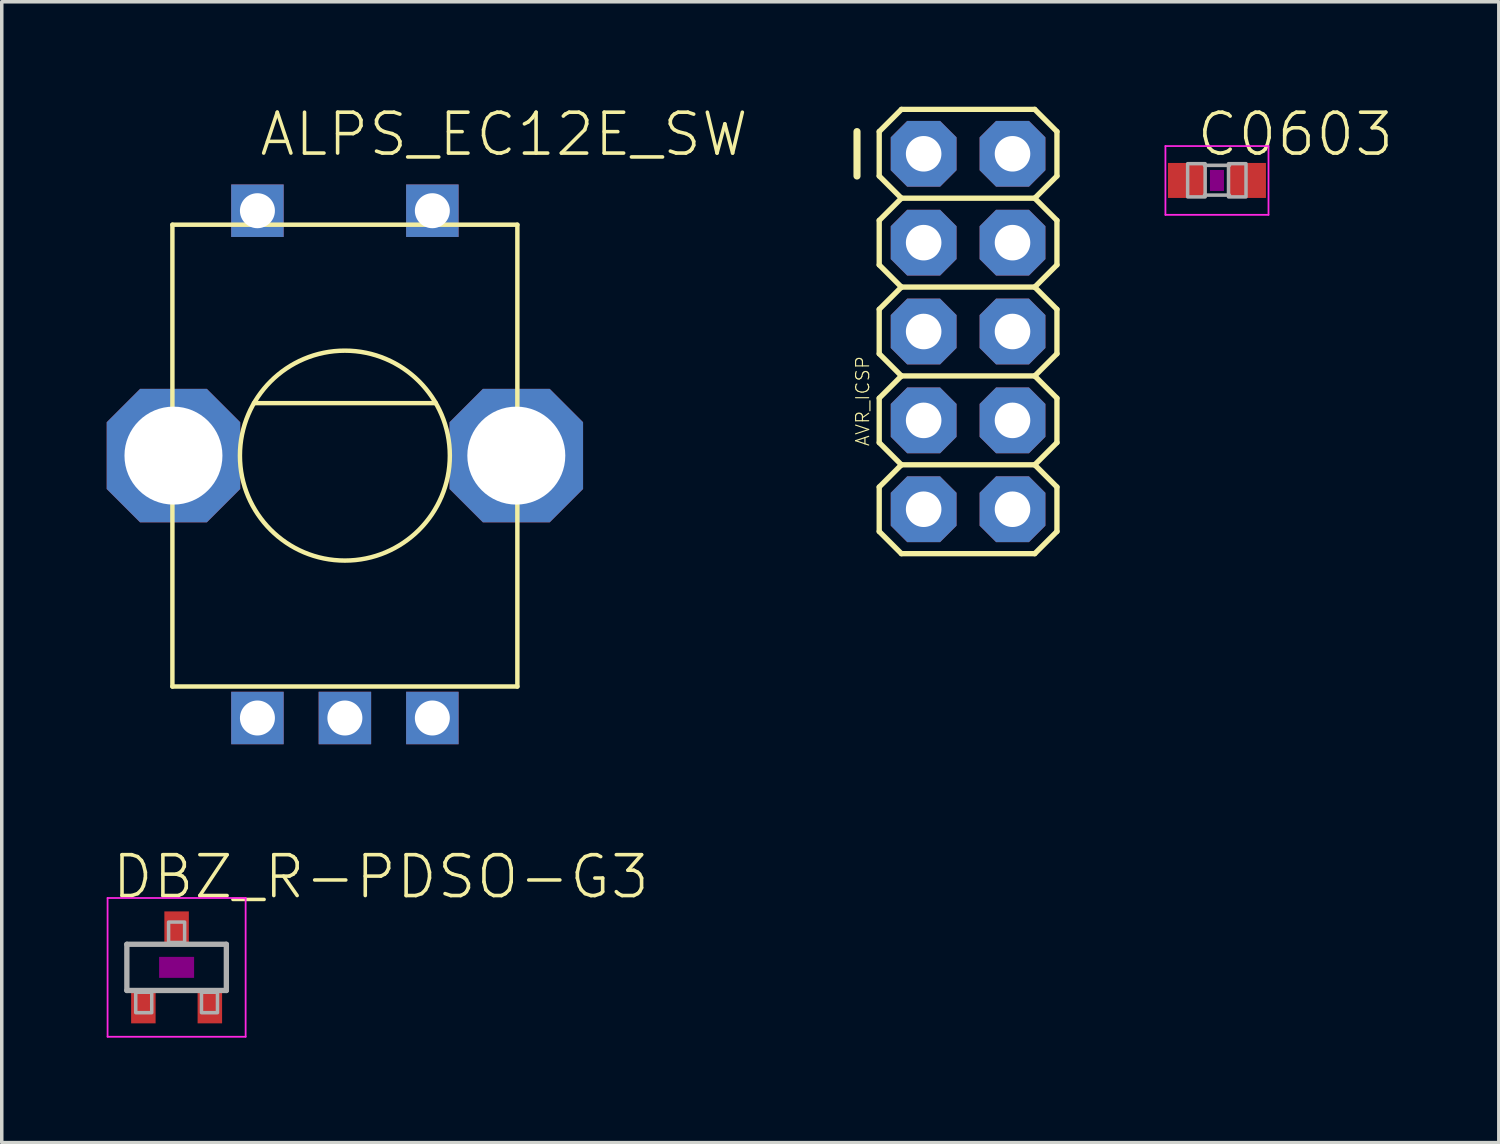
<source format=kicad_pcb>
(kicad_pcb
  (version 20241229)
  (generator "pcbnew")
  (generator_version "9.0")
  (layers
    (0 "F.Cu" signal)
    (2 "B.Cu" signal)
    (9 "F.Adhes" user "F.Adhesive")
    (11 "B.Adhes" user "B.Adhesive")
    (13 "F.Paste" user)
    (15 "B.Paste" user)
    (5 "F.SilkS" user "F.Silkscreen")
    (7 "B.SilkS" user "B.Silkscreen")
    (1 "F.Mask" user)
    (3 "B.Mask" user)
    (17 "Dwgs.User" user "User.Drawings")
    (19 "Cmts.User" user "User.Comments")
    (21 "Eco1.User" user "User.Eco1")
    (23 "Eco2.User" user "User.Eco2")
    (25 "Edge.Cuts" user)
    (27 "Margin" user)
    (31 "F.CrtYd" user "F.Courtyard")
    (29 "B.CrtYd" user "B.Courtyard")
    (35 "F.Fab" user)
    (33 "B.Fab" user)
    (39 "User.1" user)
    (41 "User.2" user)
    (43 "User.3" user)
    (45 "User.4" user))
  (footprint "ALPS_EC12E_SW"
    (layer "F.Cu")
    (at 6.808 9.973)
    (property "Reference" "ALPS_EC12E_SW" (at -2.5 -8.5 0) (layer "F.SilkS") (effects (font (size 1.168 1.168) (thickness 0.102)) (justify left bottom)))
    (fp_line (start -4.93 -6.6) (end -4.93 6.6) (stroke (width 0.127) (type solid)) (layer "F.SilkS"))
    (fp_line (start -4.93 6.6) (end 4.93 6.6) (stroke (width 0.127) (type solid)) (layer "F.SilkS"))
    (fp_line (start -2.6 -1.5) (end 2.6 -1.5) (stroke (width 0.127) (type solid)) (layer "F.SilkS"))
    (fp_line (start 4.93 -6.6) (end -4.93 -6.6) (stroke (width 0.127) (type solid)) (layer "F.SilkS"))
    (fp_line (start 4.93 6.6) (end 4.93 -6.6) (stroke (width 0.127) (type solid)) (layer "F.SilkS"))
    (fp_circle (center 0 0) (end 3 0) (stroke (width 0.127) (type solid)) (fill no) (layer "F.SilkS"))
    (pad "A" thru_hole rect (at -2.5 7.5) (size 1.5 1.5) (drill 1) (layers "*.Cu" "*.Mask"))
    (pad "B" thru_hole rect (at 2.5 7.5) (size 1.5 1.5) (drill 1) (layers "*.Cu" "*.Mask"))
    (pad "C" thru_hole rect (at 0 7.5) (size 1.5 1.5) (drill 1) (layers "*.Cu" "*.Mask"))
    (pad "D" thru_hole rect (at -2.5 -7) (size 1.5 1.5) (drill 1) (layers "*.Cu" "*.Mask"))
    (pad "E" thru_hole rect (at 2.5 -7) (size 1.5 1.5) (drill 1) (layers "*.Cu" "*.Mask"))
    (pad "GND1" thru_hole roundrect (at -4.9 0) (size 3.816 3.816) (drill 2.8) (layers "*.Cu" "*.Mask") (roundrect_rratio 0.25) (chamfer_ratio 0.25) (chamfer top_left top_right bottom_left bottom_right))
    (pad "GND2" thru_hole roundrect (at 4.9 0) (size 3.816 3.816) (drill 2.8) (layers "*.Cu" "*.Mask") (roundrect_rratio 0.25) (chamfer_ratio 0.25) (chamfer top_left top_right bottom_left bottom_right)))
  (footprint "C0603"
    (layer "F.Cu")
    (at 31.735 2.108)
    (property "Reference" "C0603" (at -0.635 -0.635 0) (layer "F.SilkS") (effects (font (size 1.168 1.168) (thickness 0.102)) (justify left bottom)))
    (fp_poly (pts (xy -0.2 0.3) (xy 0.2 0.3) (xy 0.2 -0.3) (xy -0.2 -0.3)) (stroke (width 0) (type solid)) (fill yes) (layer "F.Adhes"))
    (fp_line (start -1.473 -0.983) (end 1.473 -0.983) (stroke (width 0.051) (type solid)) (layer "F.CrtYd"))
    (fp_line (start -1.473 0.983) (end -1.473 -0.983) (stroke (width 0.051) (type solid)) (layer "F.CrtYd"))
    (fp_line (start 1.473 -0.983) (end 1.473 0.983) (stroke (width 0.051) (type solid)) (layer "F.CrtYd"))
    (fp_line (start 1.473 0.983) (end -1.473 0.983) (stroke (width 0.051) (type solid)) (layer "F.CrtYd"))
    (fp_line (start -0.356 -0.432) (end 0.356 -0.432) (stroke (width 0.102) (type solid)) (layer "F.Fab"))
    (fp_line (start -0.356 0.419) (end 0.356 0.419) (stroke (width 0.102) (type solid)) (layer "F.Fab"))
    (fp_poly (pts (xy -0.838 0.47) (xy -0.338 0.47) (xy -0.338 -0.48) (xy -0.838 -0.48)) (stroke (width 0.1) (type solid)) (fill no) (layer "F.Fab"))
    (fp_poly (pts (xy 0.33 0.47) (xy 0.83 0.47) (xy 0.83 -0.48) (xy 0.33 -0.48)) (stroke (width 0.1) (type solid)) (fill no) (layer "F.Fab"))
    (pad "1" smd rect (at -0.85 0) (size 1.1 1) (layers "F.Cu" "F.Mask" "F.Paste"))
    (pad "2" smd rect (at 0.85 0) (size 1.1 1) (layers "F.Cu" "F.Mask" "F.Paste")))
  (footprint "AVR_ICSP"
    (layer "F.Cu")
    (at 24.621 6.426)
    (property "Reference" "AVR_ICSP" (at -2.794 3.302 90) (layer "F.SilkS") (effects (font (size 0.374 0.374) (thickness 0.033)) (justify left bottom)))
    (fp_line (start -3.175 -5.715) (end -3.175 -4.445) (stroke (width 0.203) (type solid)) (layer "F.SilkS"))
    (fp_line (start -2.54 -5.715) (end -2.54 -4.445) (stroke (width 0.152) (type solid)) (layer "F.SilkS"))
    (fp_line (start -2.54 -4.445) (end -1.905 -3.81) (stroke (width 0.152) (type solid)) (layer "F.SilkS"))
    (fp_line (start -2.54 -3.175) (end -2.54 -1.905) (stroke (width 0.152) (type solid)) (layer "F.SilkS"))
    (fp_line (start -2.54 -1.905) (end -1.905 -1.27) (stroke (width 0.152) (type solid)) (layer "F.SilkS"))
    (fp_line (start -2.54 -0.635) (end -2.54 0.635) (stroke (width 0.152) (type solid)) (layer "F.SilkS"))
    (fp_line (start -2.54 0.635) (end -1.905 1.27) (stroke (width 0.152) (type solid)) (layer "F.SilkS"))
    (fp_line (start -2.54 1.905) (end -2.54 3.175) (stroke (width 0.152) (type solid)) (layer "F.SilkS"))
    (fp_line (start -2.54 3.175) (end -1.905 3.81) (stroke (width 0.152) (type solid)) (layer "F.SilkS"))
    (fp_line (start -2.54 4.445) (end -2.54 5.715) (stroke (width 0.152) (type solid)) (layer "F.SilkS"))
    (fp_line (start -2.54 5.715) (end -1.905 6.35) (stroke (width 0.152) (type solid)) (layer "F.SilkS"))
    (fp_line (start -1.905 -6.35) (end -2.54 -5.715) (stroke (width 0.152) (type solid)) (layer "F.SilkS"))
    (fp_line (start -1.905 -6.35) (end 1.905 -6.35) (stroke (width 0.152) (type solid)) (layer "F.SilkS"))
    (fp_line (start -1.905 -3.81) (end -2.54 -3.175) (stroke (width 0.152) (type solid)) (layer "F.SilkS"))
    (fp_line (start -1.905 -1.27) (end -2.54 -0.635) (stroke (width 0.152) (type solid)) (layer "F.SilkS"))
    (fp_line (start -1.905 1.27) (end -2.54 1.905) (stroke (width 0.152) (type solid)) (layer "F.SilkS"))
    (fp_line (start -1.905 3.81) (end -2.54 4.445) (stroke (width 0.152) (type solid)) (layer "F.SilkS"))
    (fp_line (start 1.905 -6.35) (end 2.54 -5.715) (stroke (width 0.152) (type solid)) (layer "F.SilkS"))
    (fp_line (start 1.905 -3.81) (end -1.905 -3.81) (stroke (width 0.152) (type solid)) (layer "F.SilkS"))
    (fp_line (start 1.905 -3.81) (end 2.54 -3.175) (stroke (width 0.152) (type solid)) (layer "F.SilkS"))
    (fp_line (start 1.905 -1.27) (end -1.905 -1.27) (stroke (width 0.152) (type solid)) (layer "F.SilkS"))
    (fp_line (start 1.905 -1.27) (end 2.54 -0.635) (stroke (width 0.152) (type solid)) (layer "F.SilkS"))
    (fp_line (start 1.905 1.27) (end -1.905 1.27) (stroke (width 0.152) (type solid)) (layer "F.SilkS"))
    (fp_line (start 1.905 1.27) (end 2.54 1.905) (stroke (width 0.152) (type solid)) (layer "F.SilkS"))
    (fp_line (start 1.905 3.81) (end -1.905 3.81) (stroke (width 0.152) (type solid)) (layer "F.SilkS"))
    (fp_line (start 1.905 3.81) (end 2.54 4.445) (stroke (width 0.152) (type solid)) (layer "F.SilkS"))
    (fp_line (start 1.905 6.35) (end -1.905 6.35) (stroke (width 0.152) (type solid)) (layer "F.SilkS"))
    (fp_line (start 2.54 -5.715) (end 2.54 -4.445) (stroke (width 0.152) (type solid)) (layer "F.SilkS"))
    (fp_line (start 2.54 -4.445) (end 1.905 -3.81) (stroke (width 0.152) (type solid)) (layer "F.SilkS"))
    (fp_line (start 2.54 -3.175) (end 2.54 -1.905) (stroke (width 0.152) (type solid)) (layer "F.SilkS"))
    (fp_line (start 2.54 -1.905) (end 1.905 -1.27) (stroke (width 0.152) (type solid)) (layer "F.SilkS"))
    (fp_line (start 2.54 -0.635) (end 2.54 0.635) (stroke (width 0.152) (type solid)) (layer "F.SilkS"))
    (fp_line (start 2.54 0.635) (end 1.905 1.27) (stroke (width 0.152) (type solid)) (layer "F.SilkS"))
    (fp_line (start 2.54 1.905) (end 2.54 3.175) (stroke (width 0.152) (type solid)) (layer "F.SilkS"))
    (fp_line (start 2.54 3.175) (end 1.905 3.81) (stroke (width 0.152) (type solid)) (layer "F.SilkS"))
    (fp_line (start 2.54 4.445) (end 2.54 5.715) (stroke (width 0.152) (type solid)) (layer "F.SilkS"))
    (fp_line (start 2.54 5.715) (end 1.905 6.35) (stroke (width 0.152) (type solid)) (layer "F.SilkS"))
    (fp_poly (pts (xy -1.524 0.254) (xy -1.016 0.254) (xy -1.016 -0.254) (xy -1.524 -0.254)) (stroke (width 0) (type solid)) (fill yes) (layer "F.SilkS"))
    (fp_poly (pts (xy -1.524 -4.826) (xy -1.016 -4.826) (xy -1.016 -5.334) (xy -1.524 -5.334)) (stroke (width 0.1) (type solid)) (fill no) (layer "F.Fab"))
    (fp_poly (pts (xy -1.524 -2.286) (xy -1.016 -2.286) (xy -1.016 -2.794) (xy -1.524 -2.794)) (stroke (width 0.1) (type solid)) (fill no) (layer "F.Fab"))
    (fp_poly (pts (xy -1.524 2.794) (xy -1.016 2.794) (xy -1.016 2.286) (xy -1.524 2.286)) (stroke (width 0.1) (type solid)) (fill no) (layer "F.Fab"))
    (fp_poly (pts (xy -1.524 5.334) (xy -1.016 5.334) (xy -1.016 4.826) (xy -1.524 4.826)) (stroke (width 0.1) (type solid)) (fill no) (layer "F.Fab"))
    (fp_poly (pts (xy 1.016 -4.826) (xy 1.524 -4.826) (xy 1.524 -5.334) (xy 1.016 -5.334)) (stroke (width 0.1) (type solid)) (fill no) (layer "F.Fab"))
    (fp_poly (pts (xy 1.016 -2.286) (xy 1.524 -2.286) (xy 1.524 -2.794) (xy 1.016 -2.794)) (stroke (width 0.1) (type solid)) (fill no) (layer "F.Fab"))
    (fp_poly (pts (xy 1.016 0.254) (xy 1.524 0.254) (xy 1.524 -0.254) (xy 1.016 -0.254)) (stroke (width 0.1) (type solid)) (fill no) (layer "F.Fab"))
    (fp_poly (pts (xy 1.016 2.794) (xy 1.524 2.794) (xy 1.524 2.286) (xy 1.016 2.286)) (stroke (width 0.1) (type solid)) (fill no) (layer "F.Fab"))
    (fp_poly (pts (xy 1.016 5.334) (xy 1.524 5.334) (xy 1.524 4.826) (xy 1.016 4.826)) (stroke (width 0.1) (type solid)) (fill no) (layer "F.Fab"))
    (pad "1" thru_hole roundrect (at -1.27 -5.08 270) (size 1.88 1.88) (drill 1.016) (layers "*.Cu" "*.Mask") (roundrect_rratio 0.25) (chamfer_ratio 0.25) (chamfer top_left top_right bottom_left bottom_right))
    (pad "2" thru_hole roundrect (at 1.27 -5.08 270) (size 1.88 1.88) (drill 1.016) (layers "*.Cu" "*.Mask") (roundrect_rratio 0.25) (chamfer_ratio 0.25) (chamfer top_left top_right bottom_left bottom_right))
    (pad "3" thru_hole roundrect (at -1.27 -2.54 270) (size 1.88 1.88) (drill 1.016) (layers "*.Cu" "*.Mask") (roundrect_rratio 0.25) (chamfer_ratio 0.25) (chamfer top_left top_right bottom_left bottom_right))
    (pad "4" thru_hole roundrect (at 1.27 -2.54 270) (size 1.88 1.88) (drill 1.016) (layers "*.Cu" "*.Mask") (roundrect_rratio 0.25) (chamfer_ratio 0.25) (chamfer top_left top_right bottom_left bottom_right))
    (pad "5" thru_hole roundrect (at -1.27 0 270) (size 1.88 1.88) (drill 1.016) (layers "*.Cu" "*.Mask") (roundrect_rratio 0.25) (chamfer_ratio 0.25) (chamfer top_left top_right bottom_left bottom_right))
    (pad "6" thru_hole roundrect (at 1.27 0 270) (size 1.88 1.88) (drill 1.016) (layers "*.Cu" "*.Mask") (roundrect_rratio 0.25) (chamfer_ratio 0.25) (chamfer top_left top_right bottom_left bottom_right))
    (pad "7" thru_hole roundrect (at -1.27 2.54 270) (size 1.88 1.88) (drill 1.016) (layers "*.Cu" "*.Mask") (roundrect_rratio 0.25) (chamfer_ratio 0.25) (chamfer top_left top_right bottom_left bottom_right))
    (pad "8" thru_hole roundrect (at 1.27 2.54 270) (size 1.88 1.88) (drill 1.016) (layers "*.Cu" "*.Mask") (roundrect_rratio 0.25) (chamfer_ratio 0.25) (chamfer top_left top_right bottom_left bottom_right))
    (pad "9" thru_hole roundrect (at -1.27 5.08 270) (size 1.88 1.88) (drill 1.016) (layers "*.Cu" "*.Mask") (roundrect_rratio 0.25) (chamfer_ratio 0.25) (chamfer top_left top_right bottom_left bottom_right))
    (pad "10" thru_hole roundrect (at 1.27 5.08 270) (size 1.88 1.88) (drill 1.016) (layers "*.Cu" "*.Mask") (roundrect_rratio 0.25) (chamfer_ratio 0.25) (chamfer top_left top_right bottom_left bottom_right)))
  (footprint "DBZ_R-PDSO-G3"
    (layer "F.Cu")
    (at 1.998 24.601)
    (property "Reference" "DBZ_R-PDSO-G3" (at -1.905 -1.905 0) (layer "F.SilkS") (effects (font (size 1.168 1.168) (thickness 0.102)) (justify left bottom)))
    (fp_poly (pts (xy -0.5 0.3) (xy 0.5 0.3) (xy 0.5 -0.3) (xy -0.5 -0.3)) (stroke (width 0) (type solid)) (fill yes) (layer "F.Adhes"))
    (fp_line (start -1.973 -1.983) (end 1.973 -1.983) (stroke (width 0.051) (type solid)) (layer "F.CrtYd"))
    (fp_line (start -1.973 1.983) (end -1.973 -1.983) (stroke (width 0.051) (type solid)) (layer "F.CrtYd"))
    (fp_line (start 1.973 -1.983) (end 1.973 1.983) (stroke (width 0.051) (type solid)) (layer "F.CrtYd"))
    (fp_line (start 1.973 1.983) (end -1.973 1.983) (stroke (width 0.051) (type solid)) (layer "F.CrtYd"))
    (fp_line (start -1.422 -0.66) (end 1.422 -0.66) (stroke (width 0.152) (type solid)) (layer "F.Fab"))
    (fp_line (start -1.422 0.66) (end -1.422 -0.66) (stroke (width 0.152) (type solid)) (layer "F.Fab"))
    (fp_line (start 1.422 -0.66) (end 1.422 0.66) (stroke (width 0.152) (type solid)) (layer "F.Fab"))
    (fp_line (start 1.422 0.66) (end -1.422 0.66) (stroke (width 0.152) (type solid)) (layer "F.Fab"))
    (fp_poly (pts (xy -1.168 1.295) (xy -0.711 1.295) (xy -0.711 0.711) (xy -1.168 0.711)) (stroke (width 0.1) (type solid)) (fill no) (layer "F.Fab"))
    (fp_poly (pts (xy -0.229 -0.711) (xy 0.229 -0.711) (xy 0.229 -1.295) (xy -0.229 -1.295)) (stroke (width 0.1) (type solid)) (fill no) (layer "F.Fab"))
    (fp_poly (pts (xy 0.711 1.295) (xy 1.168 1.295) (xy 1.168 0.711) (xy 0.711 0.711)) (stroke (width 0.1) (type solid)) (fill no) (layer "F.Fab"))
    (pad "1" smd rect (at -0.95 1.1) (size 0.7 1) (layers "F.Cu" "F.Mask" "F.Paste"))
    (pad "2" smd rect (at 0.95 1.1) (size 0.7 1) (layers "F.Cu" "F.Mask" "F.Paste"))
    (pad "3" smd rect (at 0 -1.1) (size 0.7 1) (layers "F.Cu" "F.Mask" "F.Paste")))
  (gr_rect
    (start -3 -3)
    (end 39.791 29.61)
    (stroke (width 0.1) (type default))
    (fill no)
    (layer "Edge.Cuts")))
</source>
